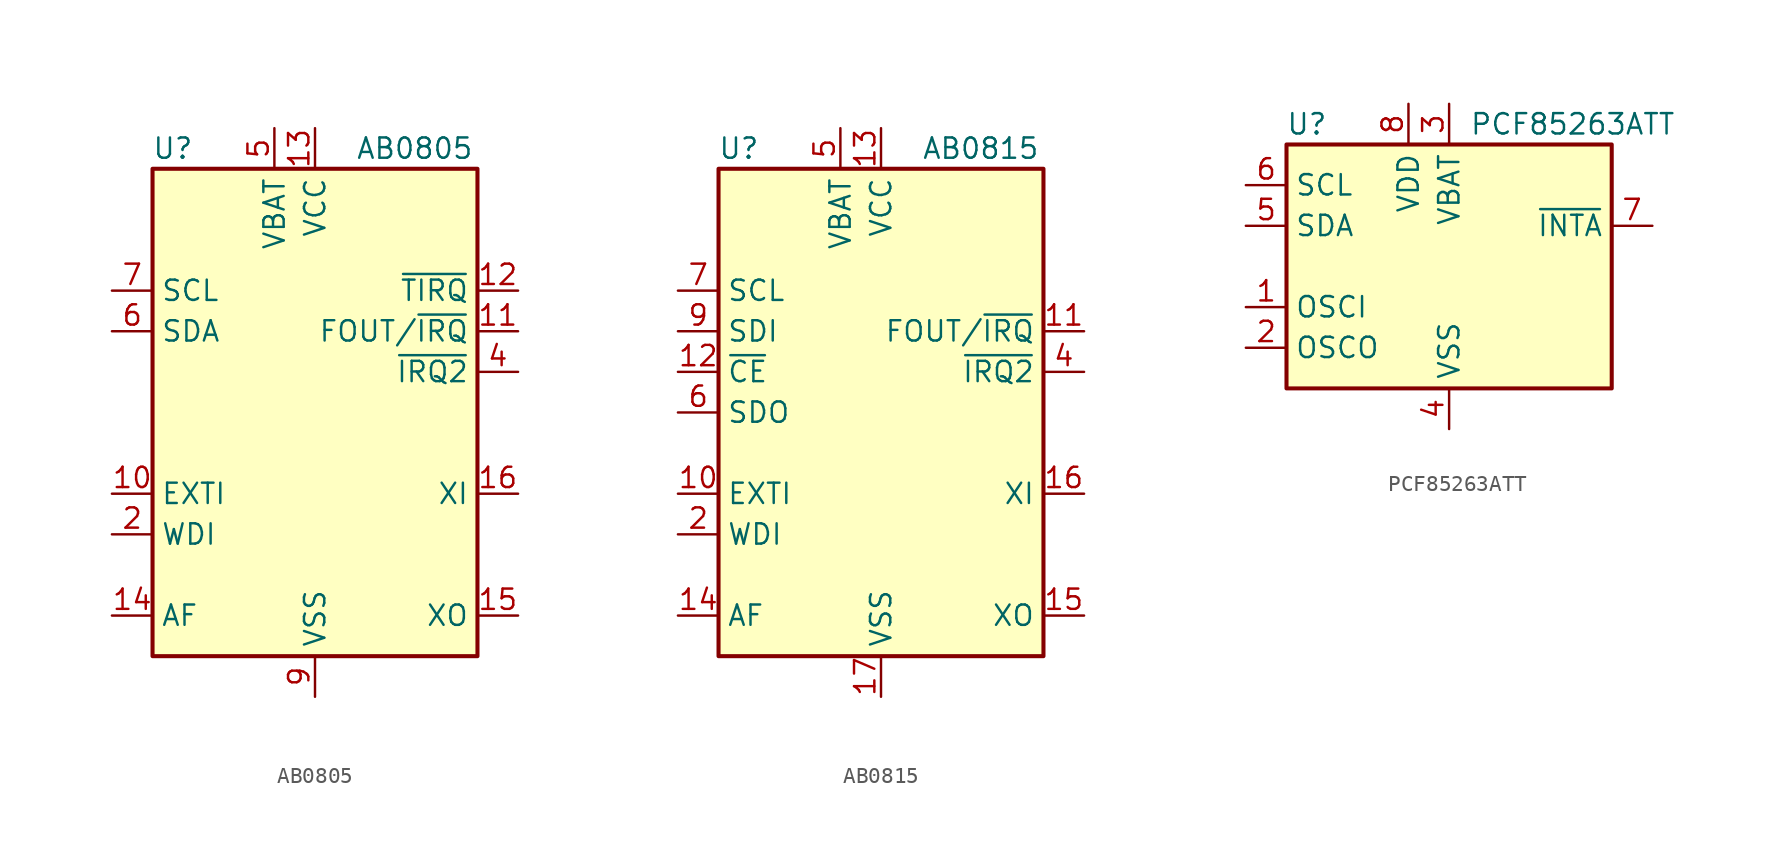
<source format=kicad_sym>
(kicad_symbol_lib
  (version 20201005)
  (generator kicad_symbol_editor)
  (symbol "AB0805"
    (property "Reference" "U"
      (at -8.89 16.51 0)
      (effects (font (size 1.27 1.27))))
    (property "Value" "AB0805"
      (at 2.54 16.51 0)
      (effects (font (size 1.27 1.27)) (justify left)))
    (symbol "AB0805_0_1"
      (rectangle (start -10.16 15.24) (end 10.16 -15.24) (stroke (width 0.254)) (fill (type background))))
    (symbol "AB0805_1_1"
      (pin no_connect line (at -10.16 -2.54 0) (length 2.54) hide (name "NC" (effects (font (size 1.27 1.27)))) (number "1" (effects (font (size 1.27 1.27)))))
      (pin input line (at -12.7 -5.08 0) (length 2.54) (name "EXTI" (effects (font (size 1.27 1.27)))) (number "10" (effects (font (size 1.27 1.27)))))
      (pin open_collector line (at 12.7 5.08 180) (length 2.54) (name "FOUT/~IRQ" (effects (font (size 1.27 1.27)))) (number "11" (effects (font (size 1.27 1.27)))))
      (pin open_collector line (at 12.7 7.62 180) (length 2.54) (name "~TIRQ" (effects (font (size 1.27 1.27)))) (number "12" (effects (font (size 1.27 1.27)))))
      (pin power_in line (at 0 17.78 270) (length 2.54) (name "VCC" (effects (font (size 1.27 1.27)))) (number "13" (effects (font (size 1.27 1.27)))))
      (pin passive line (at -12.7 -12.7 0) (length 2.54) (name "AF" (effects (font (size 1.27 1.27)))) (number "14" (effects (font (size 1.27 1.27)))))
      (pin output line (at 12.7 -12.7 180) (length 2.54) (name "XO" (effects (font (size 1.27 1.27)))) (number "15" (effects (font (size 1.27 1.27)))))
      (pin input line (at 12.7 -5.08 180) (length 2.54) (name "XI" (effects (font (size 1.27 1.27)))) (number "16" (effects (font (size 1.27 1.27)))))
      (pin passive line (at 0 -17.78 90) (length 2.54) hide (name "VSS" (effects (font (size 1.27 1.27)))) (number "17" (effects (font (size 1.27 1.27)))))
      (pin input line (at -12.7 -7.62 0) (length 2.54) (name "WDI" (effects (font (size 1.27 1.27)))) (number "2" (effects (font (size 1.27 1.27)))))
      (pin no_connect line (at -10.16 -10.16 0) (length 2.54) hide (name "NC" (effects (font (size 1.27 1.27)))) (number "3" (effects (font (size 1.27 1.27)))))
      (pin open_collector line (at 12.7 2.54 180) (length 2.54) (name "~IRQ2" (effects (font (size 1.27 1.27)))) (number "4" (effects (font (size 1.27 1.27)))))
      (pin power_in line (at -2.54 17.78 270) (length 2.54) (name "VBAT" (effects (font (size 1.27 1.27)))) (number "5" (effects (font (size 1.27 1.27)))))
      (pin bidirectional line (at -12.7 5.08 0) (length 2.54) (name "SDA" (effects (font (size 1.27 1.27)))) (number "6" (effects (font (size 1.27 1.27)))))
      (pin input line (at -12.7 7.62 0) (length 2.54) (name "SCL" (effects (font (size 1.27 1.27)))) (number "7" (effects (font (size 1.27 1.27)))))
      (pin no_connect line (at 10.16 0 180) (length 2.54) hide (name "NC" (effects (font (size 1.27 1.27)))) (number "8" (effects (font (size 1.27 1.27)))))
      (pin power_in line (at 0 -17.78 90) (length 2.54) (name "VSS" (effects (font (size 1.27 1.27)))) (number "9" (effects (font (size 1.27 1.27)))))))
  (symbol "AB0815"
    (property "Reference" "U"
      (at -8.89 16.51 0)
      (effects (font (size 1.27 1.27))))
    (property "Value" "AB0815"
      (at 2.54 16.51 0)
      (effects (font (size 1.27 1.27)) (justify left)))
    (symbol "AB0815_0_1"
      (rectangle (start -10.16 15.24) (end 10.16 -15.24) (stroke (width 0.254)) (fill (type background))))
    (symbol "AB0815_1_1"
      (pin no_connect line (at -10.16 -2.54 0) (length 2.54) hide (name "NC" (effects (font (size 1.27 1.27)))) (number "1" (effects (font (size 1.27 1.27)))))
      (pin input line (at -12.7 -5.08 0) (length 2.54) (name "EXTI" (effects (font (size 1.27 1.27)))) (number "10" (effects (font (size 1.27 1.27)))))
      (pin open_collector line (at 12.7 5.08 180) (length 2.54) (name "FOUT/~IRQ" (effects (font (size 1.27 1.27)))) (number "11" (effects (font (size 1.27 1.27)))))
      (pin input line (at -12.7 2.54 0) (length 2.54) (name "~CE" (effects (font (size 1.27 1.27)))) (number "12" (effects (font (size 1.27 1.27)))))
      (pin power_in line (at 0 17.78 270) (length 2.54) (name "VCC" (effects (font (size 1.27 1.27)))) (number "13" (effects (font (size 1.27 1.27)))))
      (pin passive line (at -12.7 -12.7 0) (length 2.54) (name "AF" (effects (font (size 1.27 1.27)))) (number "14" (effects (font (size 1.27 1.27)))))
      (pin output line (at 12.7 -12.7 180) (length 2.54) (name "XO" (effects (font (size 1.27 1.27)))) (number "15" (effects (font (size 1.27 1.27)))))
      (pin input line (at 12.7 -5.08 180) (length 2.54) (name "XI" (effects (font (size 1.27 1.27)))) (number "16" (effects (font (size 1.27 1.27)))))
      (pin power_in line (at 0 -17.78 90) (length 2.54) (name "VSS" (effects (font (size 1.27 1.27)))) (number "17" (effects (font (size 1.27 1.27)))))
      (pin input line (at -12.7 -7.62 0) (length 2.54) (name "WDI" (effects (font (size 1.27 1.27)))) (number "2" (effects (font (size 1.27 1.27)))))
      (pin no_connect line (at -10.16 -10.16 0) (length 2.54) hide (name "NC" (effects (font (size 1.27 1.27)))) (number "3" (effects (font (size 1.27 1.27)))))
      (pin open_collector line (at 12.7 2.54 180) (length 2.54) (name "~IRQ2" (effects (font (size 1.27 1.27)))) (number "4" (effects (font (size 1.27 1.27)))))
      (pin power_in line (at -2.54 17.78 270) (length 2.54) (name "VBAT" (effects (font (size 1.27 1.27)))) (number "5" (effects (font (size 1.27 1.27)))))
      (pin output line (at -12.7 0 0) (length 2.54) (name "SDO" (effects (font (size 1.27 1.27)))) (number "6" (effects (font (size 1.27 1.27)))))
      (pin input line (at -12.7 7.62 0) (length 2.54) (name "SCL" (effects (font (size 1.27 1.27)))) (number "7" (effects (font (size 1.27 1.27)))))
      (pin no_connect line (at 10.16 0 180) (length 2.54) hide (name "NC" (effects (font (size 1.27 1.27)))) (number "8" (effects (font (size 1.27 1.27)))))
      (pin input line (at -12.7 5.08 0) (length 2.54) (name "SDI" (effects (font (size 1.27 1.27)))) (number "9" (effects (font (size 1.27 1.27)))))))
  (symbol "PCF85263ATT"
    (property "Reference" "U"
      (at -8.89 8.89 0)
      (effects (font (size 1.27 1.27))))
    (property "Value" "PCF85263ATT"
      (at 1.27 8.89 0)
      (effects (font (size 1.27 1.27)) (justify left)))
    (symbol "PCF85263ATT_0_1"
      (rectangle (start -10.16 7.62) (end 10.16 -7.62) (stroke (width 0.254)) (fill (type background))))
    (symbol "PCF85263ATT_1_1"
      (pin input line (at -12.7 -2.54 0) (length 2.54) (name "OSCI" (effects (font (size 1.27 1.27)))) (number "1" (effects (font (size 1.27 1.27)))))
      (pin output line (at -12.7 -5.08 0) (length 2.54) (name "OSCO" (effects (font (size 1.27 1.27)))) (number "2" (effects (font (size 1.27 1.27)))))
      (pin power_in line (at 0 10.16 270) (length 2.54) (name "VBAT" (effects (font (size 1.27 1.27)))) (number "3" (effects (font (size 1.27 1.27)))))
      (pin power_in line (at 0 -10.16 90) (length 2.54) (name "VSS" (effects (font (size 1.27 1.27)))) (number "4" (effects (font (size 1.27 1.27)))))
      (pin bidirectional line (at -12.7 2.54 0) (length 2.54) (name "SDA" (effects (font (size 1.27 1.27)))) (number "5" (effects (font (size 1.27 1.27)))))
      (pin input line (at -12.7 5.08 0) (length 2.54) (name "SCL" (effects (font (size 1.27 1.27)))) (number "6" (effects (font (size 1.27 1.27)))))
      (pin open_collector line (at 12.7 2.54 180) (length 2.54) (name "~INTA" (effects (font (size 1.27 1.27)))) (number "7" (effects (font (size 1.27 1.27)))))
      (pin power_in line (at -2.54 10.16 270) (length 2.54) (name "VDD" (effects (font (size 1.27 1.27)))) (number "8" (effects (font (size 1.27 1.27))))))))
</source>
